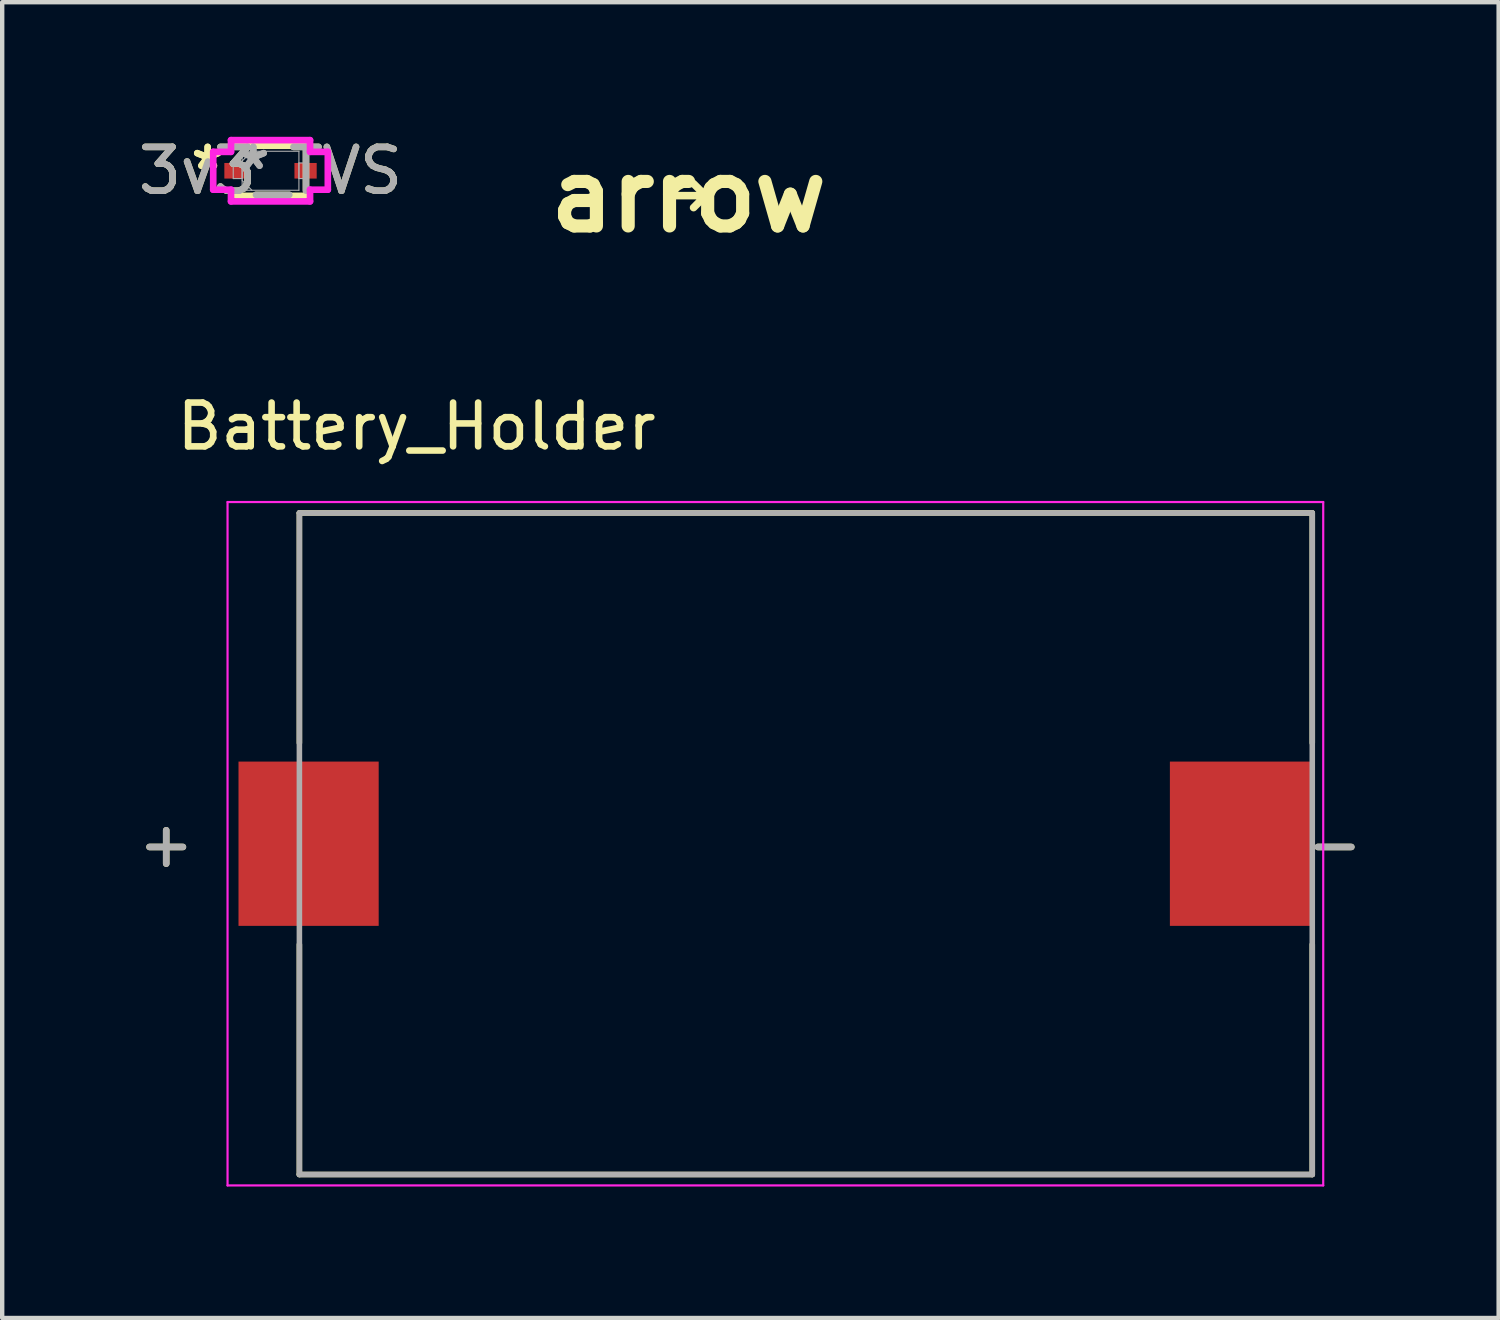
<source format=kicad_pcb>
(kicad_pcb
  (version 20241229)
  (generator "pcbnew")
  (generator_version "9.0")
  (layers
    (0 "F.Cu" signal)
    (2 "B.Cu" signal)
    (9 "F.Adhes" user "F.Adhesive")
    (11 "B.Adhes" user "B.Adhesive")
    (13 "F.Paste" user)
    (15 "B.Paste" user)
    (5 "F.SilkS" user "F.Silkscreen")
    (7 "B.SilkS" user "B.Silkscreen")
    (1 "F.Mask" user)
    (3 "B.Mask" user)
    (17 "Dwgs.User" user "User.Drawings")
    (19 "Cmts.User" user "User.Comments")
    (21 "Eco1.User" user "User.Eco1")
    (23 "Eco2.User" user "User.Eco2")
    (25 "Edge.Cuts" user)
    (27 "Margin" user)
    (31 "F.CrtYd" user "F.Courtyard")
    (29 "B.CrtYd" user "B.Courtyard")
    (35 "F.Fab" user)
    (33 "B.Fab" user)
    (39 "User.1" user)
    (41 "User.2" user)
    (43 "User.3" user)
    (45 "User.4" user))
  (footprint "Battery_Holder"
    (layer "F.Cu")
    (at 15.984 16.209)
    (property "Reference" "Battery_Holder" (at -9.525 -9.525 0) (layer "F.SilkS") (effects (font (size 1 1) (thickness 0.15))))
    (attr smd)
    (fp_line (start -12.2 -7.55) (end 10.92 -7.55) (stroke (width 0.127) (type solid)) (layer "F.SilkS"))
    (fp_line (start -12.2 -2.3) (end -12.2 -7.55) (stroke (width 0.127) (type solid)) (layer "F.SilkS"))
    (fp_line (start -12.2 7.55) (end -12.2 2.3) (stroke (width 0.127) (type solid)) (layer "F.SilkS"))
    (fp_line (start 10.92 -7.55) (end 10.92 -2.3) (stroke (width 0.127) (type solid)) (layer "F.SilkS"))
    (fp_line (start 10.92 2.3) (end 10.92 7.55) (stroke (width 0.127) (type solid)) (layer "F.SilkS"))
    (fp_line (start 10.92 7.55) (end -12.2 7.55) (stroke (width 0.127) (type solid)) (layer "F.SilkS"))
    (fp_line (start -13.84 -7.8) (end 11.17 -7.8) (stroke (width 0.05) (type solid)) (layer "F.CrtYd"))
    (fp_line (start -13.84 7.8) (end -13.84 -7.8) (stroke (width 0.05) (type solid)) (layer "F.CrtYd"))
    (fp_line (start 11.17 -7.8) (end 11.17 7.8) (stroke (width 0.05) (type solid)) (layer "F.CrtYd"))
    (fp_line (start 11.17 7.8) (end -13.84 7.8) (stroke (width 0.05) (type solid)) (layer "F.CrtYd"))
    (fp_line (start -12.2 -7.55) (end -12.2 7.55) (stroke (width 0.127) (type solid)) (layer "F.Fab"))
    (fp_line (start -12.2 7.55) (end 10.92 7.55) (stroke (width 0.127) (type solid)) (layer "F.Fab"))
    (fp_line (start 10.92 -7.55) (end -12.2 -7.55) (stroke (width 0.127) (type solid)) (layer "F.Fab"))
    (fp_line (start 10.92 7.55) (end 10.92 -7.55) (stroke (width 0.127) (type solid)) (layer "F.Fab"))
    (fp_text user "+" (at -15.24 0 0) (layer "F.SilkS") (effects (font (size 1 1) (thickness 0.15))))
    (fp_text user "-" (at 11.43 0 0) (layer "F.SilkS") (effects (font (size 1 1) (thickness 0.15))))
    (fp_text user "+" (at -15.24 0 0) (layer "F.Fab") (effects (font (size 1 1) (thickness 0.15))))
    (fp_text user "-" (at 11.43 0 0) (layer "F.Fab") (effects (font (size 1 1) (thickness 0.15))))
    (pad "+" smd rect (at -11.99 0) (size 3.2 3.75) (layers "F.Cu" "F.Mask" "F.Paste"))
    (pad "-" smd rect (at 9.27 0) (size 3.2 3.75) (layers "F.Cu" "F.Mask" "F.Paste")))
  (footprint "arrow"
    (layer "F.Cu")
    (at 12.668 1.418)
    (property "Reference" "arrow" (at 0 0 0) (layer "F.SilkS") (effects (font (size 1.524 1.524) (thickness 0.3))))
    (attr board_only exclude_from_pos_files exclude_from_bom)
    (fp_poly (pts (xy 0.126 -0.36) (xy 0.14 -0.357) (xy 0.154 -0.351) (xy 0.154 -0.351) (xy 0.156 -0.351) (xy 0.157 -0.35) (xy 0.158 -0.349) (xy 0.16 -0.348) (xy 0.161 -0.347) (xy 0.163 -0.345) (xy 0.166 -0.343) (xy 0.169 -0.34) (xy 0.172 -0.337) (xy 0.176 -0.333) (xy 0.181 -0.329) (xy 0.187 -0.323) (xy 0.193 -0.317) (xy 0.2 -0.31) (xy 0.209 -0.301) (xy 0.218 -0.292) (xy 0.229 -0.281) (xy 0.241 -0.269) (xy 0.254 -0.256) (xy 0.269 -0.242) (xy 0.285 -0.226) (xy 0.302 -0.208) (xy 0.311 -0.199) (xy 0.329 -0.181) (xy 0.346 -0.164) (xy 0.362 -0.148) (xy 0.376 -0.134) (xy 0.389 -0.121) (xy 0.4 -0.11) (xy 0.411 -0.099) (xy 0.42 -0.09) (xy 0.428 -0.082) (xy 0.435 -0.075) (xy 0.441 -0.068) (xy 0.446 -0.063) (xy 0.45 -0.058) (xy 0.454 -0.054) (xy 0.457 -0.05) (xy 0.46 -0.047) (xy 0.462 -0.044) (xy 0.463 -0.042) (xy 0.465 -0.039) (xy 0.466 -0.037) (xy 0.467 -0.035) (xy 0.467 -0.033) (xy 0.468 -0.031) (xy 0.469 -0.029) (xy 0.469 -0.027) (xy 0.471 -0.022) (xy 0.472 -0.018) (xy 0.472 -0.013) (xy 0.473 -0.007) (xy 0.473 -0.003) (xy 0.472 0.008) (xy 0.471 0.018) (xy 0.468 0.027) (xy 0.463 0.037) (xy 0.462 0.04) (xy 0.461 0.042) (xy 0.46 0.043) (xy 0.459 0.044) (xy 0.458 0.046) (xy 0.457 0.048) (xy 0.455 0.05) (xy 0.452 0.053) (xy 0.45 0.056) (xy 0.446 0.06) (xy 0.442 0.064) (xy 0.437 0.069) (xy 0.431 0.075) (xy 0.425 0.082) (xy 0.417 0.09) (xy 0.408 0.098) (xy 0.398 0.109) (xy 0.387 0.12) (xy 0.374 0.132) (xy 0.361 0.146) (xy 0.345 0.162) (xy 0.328 0.179) (xy 0.318 0.189) (xy 0.303 0.204) (xy 0.288 0.219) (xy 0.273 0.234) (xy 0.259 0.248) (xy 0.246 0.261) (xy 0.234 0.273) (xy 0.222 0.285) (xy 0.211 0.295) (xy 0.202 0.305) (xy 0.193 0.313) (xy 0.186 0.321) (xy 0.18 0.327) (xy 0.175 0.331) (xy 0.172 0.334) (xy 0.171 0.335) (xy 0.159 0.344) (xy 0.146 0.351) (xy 0.138 0.354) (xy 0.131 0.355) (xy 0.122 0.357) (xy 0.113 0.357) (xy 0.105 0.357) (xy 0.097 0.356) (xy 0.096 0.356) (xy 0.082 0.351) (xy 0.07 0.345) (xy 0.058 0.337) (xy 0.053 0.332) (xy 0.044 0.321) (xy 0.036 0.309) (xy 0.031 0.296) (xy 0.028 0.283) (xy 0.028 0.269) (xy 0.029 0.255) (xy 0.03 0.25) (xy 0.031 0.246) (xy 0.034 0.241) (xy 0.036 0.235) (xy 0.037 0.232) (xy 0.043 0.221) (xy 0.111 0.152) (xy 0.179 0.084) (xy -0.111 0.084) (xy -0.142 0.084) (xy -0.171 0.084) (xy -0.198 0.084) (xy -0.222 0.084) (xy -0.244 0.084) (xy -0.265 0.084) (xy -0.284 0.083) (xy -0.301 0.083) (xy -0.316 0.083) (xy -0.33 0.083) (xy -0.342 0.083) (xy -0.353 0.083) (xy -0.362 0.083) (xy -0.371 0.083) (xy -0.378 0.083) (xy -0.384 0.083) (xy -0.389 0.083) (xy -0.394 0.083) (xy -0.397 0.083) (xy -0.4 0.082) (xy -0.403 0.082) (xy -0.405 0.082) (xy -0.406 0.082) (xy -0.407 0.082) (xy -0.408 0.081) (xy -0.409 0.081) (xy -0.422 0.076) (xy -0.435 0.069) (xy -0.446 0.06) (xy -0.455 0.05) (xy -0.463 0.038) (xy -0.468 0.025) (xy -0.47 0.019) (xy -0.472 0.012) (xy -0.472 0.004) (xy -0.473 -0.005) (xy -0.472 -0.014) (xy -0.471 -0.021) (xy -0.471 -0.022) (xy -0.469 -0.027) (xy -0.467 -0.033) (xy -0.464 -0.039) (xy -0.463 -0.041) (xy -0.456 -0.053) (xy -0.447 -0.063) (xy -0.437 -0.072) (xy -0.425 -0.079) (xy -0.412 -0.084) (xy -0.409 -0.086) (xy -0.399 -0.088) (xy -0.11 -0.088) (xy 0.179 -0.089) (xy 0.11 -0.158) (xy 0.098 -0.17) (xy 0.087 -0.181) (xy 0.078 -0.19) (xy 0.07 -0.198) (xy 0.063 -0.205) (xy 0.058 -0.211) (xy 0.053 -0.216) (xy 0.049 -0.22) (xy 0.046 -0.223) (xy 0.044 -0.226) (xy 0.042 -0.228) (xy 0.04 -0.23) (xy 0.039 -0.232) (xy 0.038 -0.234) (xy 0.038 -0.235) (xy 0.037 -0.237) (xy 0.031 -0.25) (xy 0.028 -0.264) (xy 0.027 -0.278) (xy 0.029 -0.292) (xy 0.033 -0.304) (xy 0.038 -0.316) (xy 0.045 -0.328) (xy 0.054 -0.338) (xy 0.065 -0.346) (xy 0.077 -0.353) (xy 0.085 -0.357) (xy 0.099 -0.36) (xy 0.112 -0.362)) (stroke (width 0) (type solid)) (fill yes) (layer "F.SilkS")))
  (footprint "3v3_TVS"
    (layer "F.Cu")
    (at 3.125 0.848)
    (property "Reference" "3v3_TVS" (at 0 0 0) (unlocked yes) (layer "F.SilkS") (effects (font (size 1 1) (thickness 0.15))))
    (attr smd)
    (fp_line (start -0.775 0.572) (end 0.775 0.572) (stroke (width 0.152) (type solid)) (layer "F.SilkS"))
    (fp_line (start 0.775 -0.572) (end -0.775 -0.572) (stroke (width 0.152) (type solid)) (layer "F.SilkS"))
    (fp_line (start -1.308 -0.432) (end -0.902 -0.432) (stroke (width 0.152) (type solid)) (layer "F.CrtYd"))
    (fp_line (start -1.308 0.432) (end -1.308 -0.432) (stroke (width 0.152) (type solid)) (layer "F.CrtYd"))
    (fp_line (start -0.902 -0.699) (end 0.902 -0.699) (stroke (width 0.152) (type solid)) (layer "F.CrtYd"))
    (fp_line (start -0.902 -0.432) (end -0.902 -0.699) (stroke (width 0.152) (type solid)) (layer "F.CrtYd"))
    (fp_line (start -0.902 0.432) (end -1.308 0.432) (stroke (width 0.152) (type solid)) (layer "F.CrtYd"))
    (fp_line (start -0.902 0.699) (end -0.902 0.432) (stroke (width 0.152) (type solid)) (layer "F.CrtYd"))
    (fp_line (start 0.902 -0.699) (end 0.902 -0.432) (stroke (width 0.152) (type solid)) (layer "F.CrtYd"))
    (fp_line (start 0.902 -0.432) (end 1.308 -0.432) (stroke (width 0.152) (type solid)) (layer "F.CrtYd"))
    (fp_line (start 0.902 0.432) (end 0.902 0.699) (stroke (width 0.152) (type solid)) (layer "F.CrtYd"))
    (fp_line (start 0.902 0.699) (end -0.902 0.699) (stroke (width 0.152) (type solid)) (layer "F.CrtYd"))
    (fp_line (start 1.308 -0.432) (end 1.308 0.432) (stroke (width 0.152) (type solid)) (layer "F.CrtYd"))
    (fp_line (start 1.308 0.432) (end 0.902 0.432) (stroke (width 0.152) (type solid)) (layer "F.CrtYd"))
    (fp_line (start -0.851 -0.178) (end -0.851 0.178) (stroke (width 0.025) (type solid)) (layer "F.Fab"))
    (fp_line (start -0.851 0.178) (end -0.648 0.178) (stroke (width 0.025) (type solid)) (layer "F.Fab"))
    (fp_line (start -0.648 -0.445) (end -0.648 0.445) (stroke (width 0.025) (type solid)) (layer "F.Fab"))
    (fp_line (start -0.648 -0.222) (end -0.425 -0.445) (stroke (width 0.025) (type solid)) (layer "F.Fab"))
    (fp_line (start -0.648 -0.178) (end -0.851 -0.178) (stroke (width 0.025) (type solid)) (layer "F.Fab"))
    (fp_line (start -0.648 0.178) (end -0.648 -0.178) (stroke (width 0.025) (type solid)) (layer "F.Fab"))
    (fp_line (start -0.648 0.222) (end -0.425 0.445) (stroke (width 0.025) (type solid)) (layer "F.Fab"))
    (fp_line (start -0.648 0.445) (end 0.648 0.445) (stroke (width 0.025) (type solid)) (layer "F.Fab"))
    (fp_line (start 0.648 -0.445) (end -0.648 -0.445) (stroke (width 0.025) (type solid)) (layer "F.Fab"))
    (fp_line (start 0.648 -0.178) (end 0.648 0.178) (stroke (width 0.025) (type solid)) (layer "F.Fab"))
    (fp_line (start 0.648 0.178) (end 0.851 0.178) (stroke (width 0.025) (type solid)) (layer "F.Fab"))
    (fp_line (start 0.648 0.445) (end 0.648 -0.445) (stroke (width 0.025) (type solid)) (layer "F.Fab"))
    (fp_line (start 0.851 -0.178) (end 0.648 -0.178) (stroke (width 0.025) (type solid)) (layer "F.Fab"))
    (fp_line (start 0.851 0.178) (end 0.851 -0.178) (stroke (width 0.025) (type solid)) (layer "F.Fab"))
    (fp_text user "*" (at -1.435 0 0) (layer "F.SilkS") (effects (font (size 1 1) (thickness 0.15))))
    (fp_text user "*" (at -1.435 0 0) (unlocked yes) (layer "F.SilkS") (effects (font (size 1 1) (thickness 0.15))))
    (fp_text user "*" (at -0.394 0 0) (layer "F.Fab") (effects (font (size 1 1) (thickness 0.15))))
    (fp_text user "*" (at -0.394 0 0) (unlocked yes) (layer "F.Fab") (effects (font (size 1 1) (thickness 0.15))))
    (fp_text user "${REFERENCE}" (at 0 0 0) (unlocked yes) (layer "F.Fab") (effects (font (size 1 1) (thickness 0.15))))
    (pad "1" smd rect (at -0.8 0) (size 0.508 0.356) (layers "F.Cu" "F.Mask" "F.Paste"))
    (pad "2" smd rect (at 0.8 0) (size 0.508 0.356) (layers "F.Cu" "F.Mask" "F.Paste"))
    (zone (net_name "") (layer "F.Cu") (hatch full 0.508) (connect_pads) (min_thickness 0.254) (filled_areas_thickness no) (keepout (tracks not_allowed) (vias not_allowed) (pads allowed) (copperpour not_allowed) (footprints allowed)) (placement (enabled no)) (fill) (polygon (pts (xy 2.63 0.455) (xy 3.62 0.455) (xy 3.62 1.242) (xy 2.63 1.242)))))
  (gr_rect
    (start -3 -3)
    (end 31.158 27.034)
    (stroke (width 0.1) (type default))
    (fill no)
    (layer "Edge.Cuts")))
</source>
